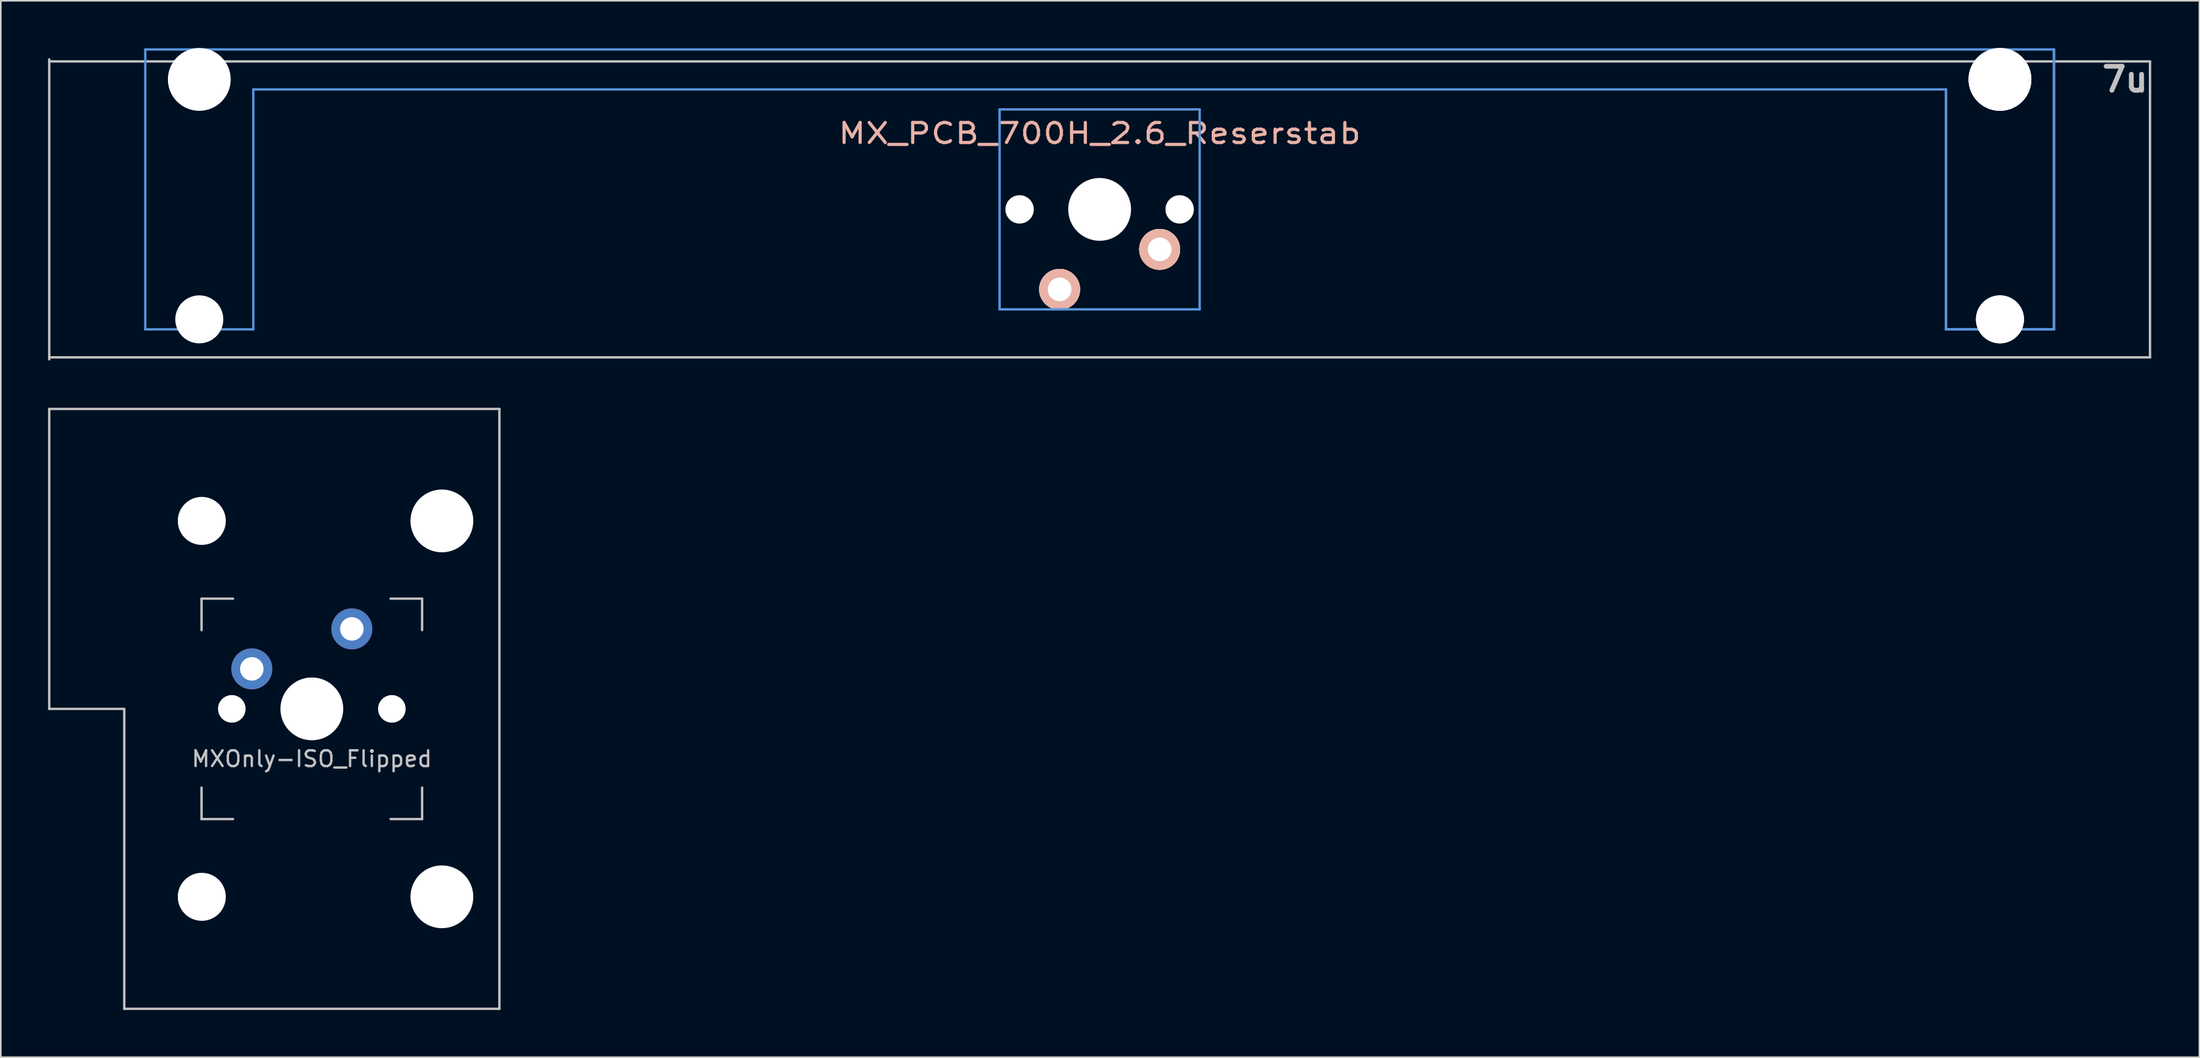
<source format=kicad_pcb>
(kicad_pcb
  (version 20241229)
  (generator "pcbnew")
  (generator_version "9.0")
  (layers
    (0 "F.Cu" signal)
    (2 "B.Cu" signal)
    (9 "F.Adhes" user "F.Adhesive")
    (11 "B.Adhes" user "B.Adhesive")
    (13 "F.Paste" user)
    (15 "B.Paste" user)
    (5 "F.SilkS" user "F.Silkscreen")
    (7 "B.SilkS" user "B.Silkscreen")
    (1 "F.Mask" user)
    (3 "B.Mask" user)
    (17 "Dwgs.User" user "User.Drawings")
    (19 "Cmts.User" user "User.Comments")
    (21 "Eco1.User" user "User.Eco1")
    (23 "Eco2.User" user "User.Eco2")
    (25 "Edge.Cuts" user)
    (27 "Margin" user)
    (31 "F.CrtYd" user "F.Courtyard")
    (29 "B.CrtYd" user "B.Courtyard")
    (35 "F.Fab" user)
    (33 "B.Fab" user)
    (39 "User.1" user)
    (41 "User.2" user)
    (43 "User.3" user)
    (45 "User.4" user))
  (footprint "MXOnly-ISO_Flipped"
    (layer "F.Cu")
    (at 16.744 41.974)
    (property "Reference" "MXOnly-ISO_Flipped" (at 0 3.175 0) (layer "Dwgs.User") (effects (font (size 1 1) (thickness 0.15))))
    (attr through_hole)
    (fp_line (start -16.669 -19.05) (end -16.669 0) (stroke (width 0.15) (type solid)) (layer "Dwgs.User"))
    (fp_line (start -16.669 -19.05) (end 11.906 -19.05) (stroke (width 0.15) (type solid)) (layer "Dwgs.User"))
    (fp_line (start -11.906 0) (end -16.669 0) (stroke (width 0.15) (type solid)) (layer "Dwgs.User"))
    (fp_line (start -11.906 19.05) (end -11.906 0) (stroke (width 0.15) (type solid)) (layer "Dwgs.User"))
    (fp_line (start -11.906 19.05) (end 11.906 19.05) (stroke (width 0.15) (type solid)) (layer "Dwgs.User"))
    (fp_line (start -7 -7) (end -7 -5) (stroke (width 0.15) (type solid)) (layer "Dwgs.User"))
    (fp_line (start -7 5) (end -7 7) (stroke (width 0.15) (type solid)) (layer "Dwgs.User"))
    (fp_line (start -7 7) (end -5 7) (stroke (width 0.15) (type solid)) (layer "Dwgs.User"))
    (fp_line (start -5 -7) (end -7 -7) (stroke (width 0.15) (type solid)) (layer "Dwgs.User"))
    (fp_line (start 5 -7) (end 7 -7) (stroke (width 0.15) (type solid)) (layer "Dwgs.User"))
    (fp_line (start 5 7) (end 7 7) (stroke (width 0.15) (type solid)) (layer "Dwgs.User"))
    (fp_line (start 7 -7) (end 7 -5) (stroke (width 0.15) (type solid)) (layer "Dwgs.User"))
    (fp_line (start 7 7) (end 7 5) (stroke (width 0.15) (type solid)) (layer "Dwgs.User"))
    (fp_line (start 11.906 -19.05) (end 11.906 19.05) (stroke (width 0.15) (type solid)) (layer "Dwgs.User"))
    (pad "" np_thru_hole circle (at -6.985 -11.938) (size 3.048 3.048) (drill 3.048) (layers "*.Cu" "*.Mask"))
    (pad "" np_thru_hole circle (at -6.985 11.938) (size 3.048 3.048) (drill 3.048) (layers "*.Cu" "*.Mask"))
    (pad "" np_thru_hole circle (at -5.08 0 48.1) (size 1.75 1.75) (drill 1.75) (layers "*.Cu" "*.Mask"))
    (pad "" np_thru_hole circle (at 0 0) (size 3.988 3.988) (drill 3.988) (layers "*.Cu" "*.Mask"))
    (pad "" np_thru_hole circle (at 5.08 0 48.1) (size 1.75 1.75) (drill 1.75) (layers "*.Cu" "*.Mask"))
    (pad "" np_thru_hole circle (at 8.255 -11.938) (size 3.988 3.988) (drill 3.988) (layers "*.Cu" "*.Mask"))
    (pad "" np_thru_hole circle (at 8.255 11.938) (size 3.988 3.988) (drill 3.988) (layers "*.Cu" "*.Mask"))
    (pad "1" thru_hole circle (at -3.81 -2.54) (size 2.6 2.6) (drill 1.49) (layers "*.Cu" "B.Mask"))
    (pad "2" thru_hole circle (at 2.54 -5.08) (size 2.6 2.6) (drill 1.49) (layers "*.Cu" "B.Mask")))
  (footprint "MX_PCB_700H_2.6_Reserstab"
    (layer "F.Cu")
    (at 66.751 10.249)
    (property "Reference" "MX_PCB_700H_2.6_Reserstab" (at 0 -4.825 0) (layer "B.SilkS") (effects (font (size 1.27 1.524) (thickness 0.203))))
    (attr through_hole)
    (fp_line (start -66.675 -9.398) (end 66.675 -9.398) (stroke (width 0.152) (type solid)) (layer "Dwgs.User"))
    (fp_line (start -66.675 9.525) (end -66.675 -9.525) (stroke (width 0.15) (type solid)) (layer "Dwgs.User"))
    (fp_line (start 66.675 -9.398) (end 66.675 9.398) (stroke (width 0.152) (type solid)) (layer "Dwgs.User"))
    (fp_line (start 66.675 9.398) (end -66.675 9.398) (stroke (width 0.152) (type solid)) (layer "Dwgs.User"))
    (fp_line (start -60.579 -10.16) (end -60.579 7.62) (stroke (width 0.152) (type solid)) (layer "Cmts.User"))
    (fp_line (start -60.579 7.62) (end -53.721 7.62) (stroke (width 0.152) (type solid)) (layer "Cmts.User"))
    (fp_line (start -53.721 -7.62) (end 53.721 -7.62) (stroke (width 0.152) (type solid)) (layer "Cmts.User"))
    (fp_line (start -53.721 7.62) (end -53.721 -7.62) (stroke (width 0.152) (type solid)) (layer "Cmts.User"))
    (fp_line (start -6.35 -6.35) (end 6.35 -6.35) (stroke (width 0.152) (type solid)) (layer "Cmts.User"))
    (fp_line (start -6.35 6.35) (end -6.35 -6.35) (stroke (width 0.152) (type solid)) (layer "Cmts.User"))
    (fp_line (start 6.35 -6.35) (end 6.35 6.35) (stroke (width 0.152) (type solid)) (layer "Cmts.User"))
    (fp_line (start 6.35 6.35) (end -6.35 6.35) (stroke (width 0.152) (type solid)) (layer "Cmts.User"))
    (fp_line (start 53.721 -7.62) (end 53.721 7.62) (stroke (width 0.152) (type solid)) (layer "Cmts.User"))
    (fp_line (start 53.721 -7.62) (end 53.721 7.62) (stroke (width 0.152) (type solid)) (layer "Cmts.User"))
    (fp_line (start 53.721 7.62) (end 60.579 7.62) (stroke (width 0.152) (type solid)) (layer "Cmts.User"))
    (fp_line (start 53.721 7.62) (end 60.579 7.62) (stroke (width 0.152) (type solid)) (layer "Cmts.User"))
    (fp_line (start 60.579 -10.16) (end -60.579 -10.16) (stroke (width 0.152) (type solid)) (layer "Cmts.User"))
    (fp_line (start 60.579 7.62) (end 60.579 -10.16) (stroke (width 0.152) (type solid)) (layer "Cmts.User"))
    (fp_line (start 60.579 7.62) (end 60.579 -10.16) (stroke (width 0.152) (type solid)) (layer "Cmts.User"))
    (fp_line (start -61.341 -0.508) (end -60.477 -0.508) (stroke (width 0.152) (type solid)) (layer "Eco2.User"))
    (fp_line (start -61.341 2.286) (end -61.341 -0.508) (stroke (width 0.152) (type solid)) (layer "Eco2.User"))
    (fp_line (start -60.477 -6.604) (end -59.436 -6.604) (stroke (width 0.152) (type solid)) (layer "Eco2.User"))
    (fp_line (start -60.477 -0.508) (end -60.477 -6.604) (stroke (width 0.152) (type solid)) (layer "Eco2.User"))
    (fp_line (start -60.477 2.286) (end -61.341 2.286) (stroke (width 0.152) (type solid)) (layer "Eco2.User"))
    (fp_line (start -60.477 5.69) (end -60.477 2.286) (stroke (width 0.152) (type solid)) (layer "Eco2.User"))
    (fp_line (start -59.436 -7.772) (end -54.864 -7.772) (stroke (width 0.152) (type solid)) (layer "Eco2.User"))
    (fp_line (start -59.436 -6.604) (end -59.436 -7.772) (stroke (width 0.152) (type solid)) (layer "Eco2.User"))
    (fp_line (start -54.864 -7.772) (end -54.864 -6.604) (stroke (width 0.152) (type solid)) (layer "Eco2.User"))
    (fp_line (start -54.864 -6.604) (end -53.823 -6.604) (stroke (width 0.152) (type solid)) (layer "Eco2.User"))
    (fp_line (start -53.823 -6.604) (end -53.823 -2.286) (stroke (width 0.152) (type solid)) (layer "Eco2.User"))
    (fp_line (start -53.823 -2.286) (end -6.985 -2.286) (stroke (width 0.152) (type solid)) (layer "Eco2.User"))
    (fp_line (start -53.823 2.286) (end -53.823 5.69) (stroke (width 0.152) (type solid)) (layer "Eco2.User"))
    (fp_line (start -53.823 5.69) (end -60.477 5.69) (stroke (width 0.152) (type solid)) (layer "Eco2.User"))
    (fp_line (start -6.985 -6.985) (end 6.985 -6.985) (stroke (width 0.152) (type solid)) (layer "Eco2.User"))
    (fp_line (start -6.985 -2.286) (end -6.985 -6.985) (stroke (width 0.152) (type solid)) (layer "Eco2.User"))
    (fp_line (start -6.985 2.286) (end -53.823 2.286) (stroke (width 0.152) (type solid)) (layer "Eco2.User"))
    (fp_line (start -6.985 6.985) (end -6.985 2.286) (stroke (width 0.152) (type solid)) (layer "Eco2.User"))
    (fp_line (start 6.985 -6.985) (end 6.985 -2.286) (stroke (width 0.152) (type solid)) (layer "Eco2.User"))
    (fp_line (start 6.985 -2.286) (end 53.823 -2.286) (stroke (width 0.152) (type solid)) (layer "Eco2.User"))
    (fp_line (start 6.985 2.286) (end 6.985 6.985) (stroke (width 0.152) (type solid)) (layer "Eco2.User"))
    (fp_line (start 6.985 6.985) (end -6.985 6.985) (stroke (width 0.152) (type solid)) (layer "Eco2.User"))
    (fp_line (start 53.823 -6.604) (end 54.864 -6.604) (stroke (width 0.152) (type solid)) (layer "Eco2.User"))
    (fp_line (start 53.823 -6.604) (end 54.864 -6.604) (stroke (width 0.152) (type solid)) (layer "Eco2.User"))
    (fp_line (start 53.823 -2.286) (end 53.823 -6.604) (stroke (width 0.152) (type solid)) (layer "Eco2.User"))
    (fp_line (start 53.823 -2.286) (end 53.823 -6.604) (stroke (width 0.152) (type solid)) (layer "Eco2.User"))
    (fp_line (start 53.823 2.286) (end 6.985 2.286) (stroke (width 0.152) (type solid)) (layer "Eco2.User"))
    (fp_line (start 53.823 5.69) (end 53.823 2.286) (stroke (width 0.152) (type solid)) (layer "Eco2.User"))
    (fp_line (start 53.823 5.69) (end 53.823 2.286) (stroke (width 0.152) (type solid)) (layer "Eco2.User"))
    (fp_line (start 54.864 -7.772) (end 59.436 -7.772) (stroke (width 0.152) (type solid)) (layer "Eco2.User"))
    (fp_line (start 54.864 -7.772) (end 59.436 -7.772) (stroke (width 0.152) (type solid)) (layer "Eco2.User"))
    (fp_line (start 54.864 -6.604) (end 54.864 -7.772) (stroke (width 0.152) (type solid)) (layer "Eco2.User"))
    (fp_line (start 54.864 -6.604) (end 54.864 -7.772) (stroke (width 0.152) (type solid)) (layer "Eco2.User"))
    (fp_line (start 59.436 -7.772) (end 59.436 -6.604) (stroke (width 0.152) (type solid)) (layer "Eco2.User"))
    (fp_line (start 59.436 -7.772) (end 59.436 -6.604) (stroke (width 0.152) (type solid)) (layer "Eco2.User"))
    (fp_line (start 59.436 -6.604) (end 60.477 -6.604) (stroke (width 0.152) (type solid)) (layer "Eco2.User"))
    (fp_line (start 59.436 -6.604) (end 60.477 -6.604) (stroke (width 0.152) (type solid)) (layer "Eco2.User"))
    (fp_line (start 60.477 -6.604) (end 60.477 -0.508) (stroke (width 0.152) (type solid)) (layer "Eco2.User"))
    (fp_line (start 60.477 -6.604) (end 60.477 -0.508) (stroke (width 0.152) (type solid)) (layer "Eco2.User"))
    (fp_line (start 60.477 -0.508) (end 61.341 -0.508) (stroke (width 0.152) (type solid)) (layer "Eco2.User"))
    (fp_line (start 60.477 2.286) (end 60.477 5.69) (stroke (width 0.152) (type solid)) (layer "Eco2.User"))
    (fp_line (start 60.477 2.286) (end 60.477 5.69) (stroke (width 0.152) (type solid)) (layer "Eco2.User"))
    (fp_line (start 60.477 5.69) (end 53.823 5.69) (stroke (width 0.152) (type solid)) (layer "Eco2.User"))
    (fp_line (start 60.477 5.69) (end 53.823 5.69) (stroke (width 0.152) (type solid)) (layer "Eco2.User"))
    (fp_line (start 61.341 -0.508) (end 61.341 2.286) (stroke (width 0.152) (type solid)) (layer "Eco2.User"))
    (fp_line (start 61.341 2.286) (end 60.477 2.286) (stroke (width 0.152) (type solid)) (layer "Eco2.User"))
    (fp_text user "7u" (at 65.088 -8.255 180) (layer "Dwgs.User") (effects (font (size 1.524 1.524) (thickness 0.305))))
    (pad "" np_thru_hole circle (at -57.15 -8.255 180) (size 3.988 3.988) (drill 3.988) (layers "*.Cu"))
    (pad "" np_thru_hole circle (at -57.15 6.985 180) (size 3.048 3.048) (drill 3.048) (layers "*.Cu"))
    (pad "" np_thru_hole circle (at -5.08 0 180) (size 1.8 1.8) (drill 1.8) (layers "*.Cu"))
    (pad "" np_thru_hole circle (at 0 0 180) (size 3.988 3.988) (drill 3.988) (layers "*.Cu"))
    (pad "" np_thru_hole circle (at 5.08 0 180) (size 1.8 1.8) (drill 1.8) (layers "*.Cu"))
    (pad "" np_thru_hole circle (at 57.15 -8.255 180) (size 3.988 3.988) (drill 3.988) (layers "*.Cu"))
    (pad "" np_thru_hole circle (at 57.15 -8.255 180) (size 3.988 3.988) (drill 3.988) (layers "*.Cu"))
    (pad "" np_thru_hole circle (at 57.15 6.985 180) (size 3.048 3.048) (drill 3.048) (layers "*.Cu"))
    (pad "" np_thru_hole circle (at 57.15 6.985 180) (size 3.048 3.048) (drill 3.048) (layers "*.Cu"))
    (pad "1" thru_hole circle (at -2.54 5.08 180) (size 2.6 2.6) (drill 1.499) (layers "*.Cu" "*.SilkS" "*.Mask"))
    (pad "2" thru_hole circle (at 3.81 2.54 180) (size 2.6 2.6) (drill 1.499) (layers "*.Cu" "*.SilkS" "*.Mask")))
  (gr_rect
    (start -3 -3)
    (end 136.559 64.099)
    (stroke (width 0.1) (type default))
    (fill no)
    (layer "Edge.Cuts")))
</source>
